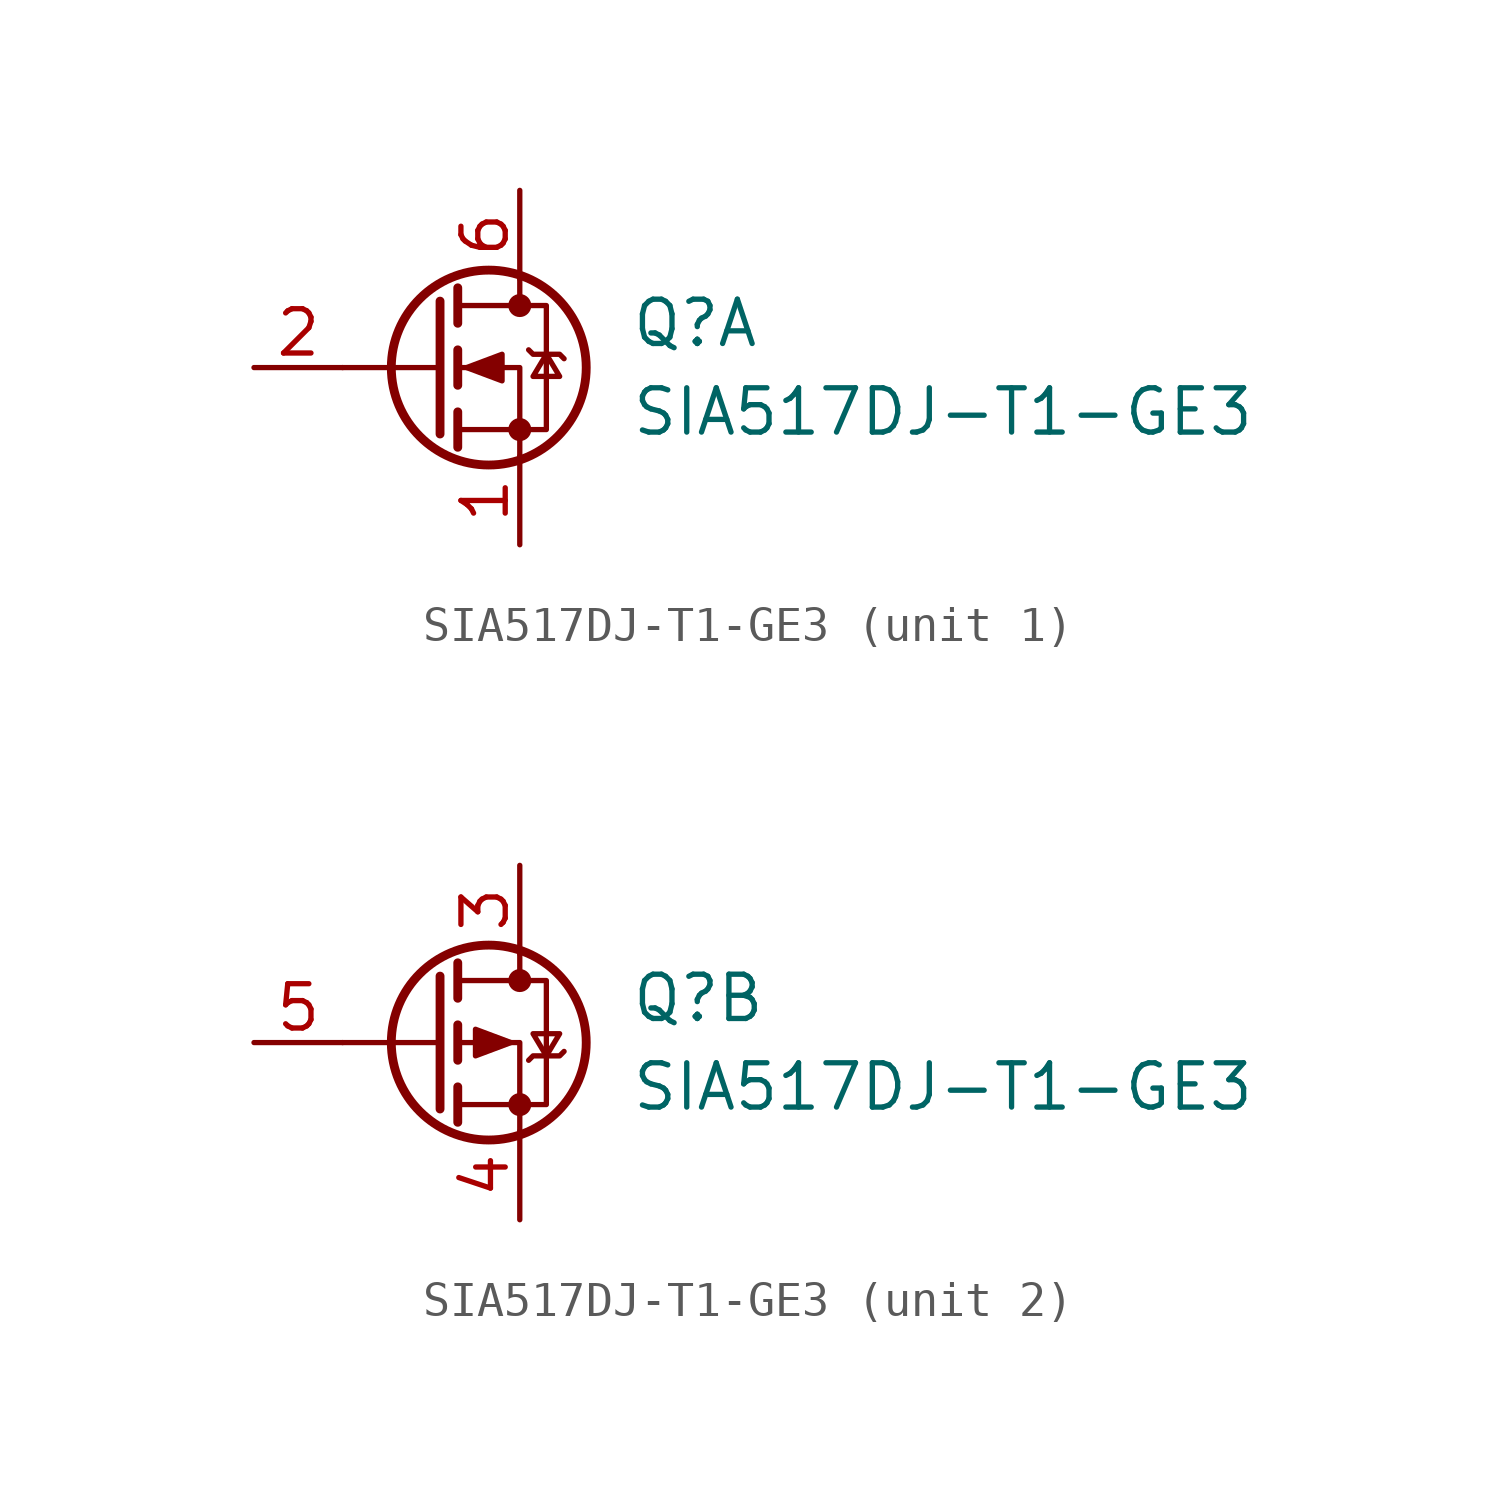
<source format=kicad_sym>
(kicad_symbol_lib
  (version 20211014)
  (generator kicad_symbol_editor)
  (symbol "SIA517DJ-T1-GE3"
    (pin_names hide)
    (property "Reference" "Q"
      (at 3.175 1.27 0)
      (effects (font (size 1.27 1.27)) (justify left)))
    (property "Value" "SIA517DJ-T1-GE3"
      (at 3.175 -1.27 0)
      (effects (font (size 1.27 1.27)) (justify left)))
    (symbol "SIA517DJ-T1-GE3_0_1"
      (circle (center -0.889 0) (radius 2.794) (stroke (width 0.254) (type default) (color 0 0 0 0)) (fill (type none)))
      (circle (center 0 -1.778) (radius 0.254) (stroke (width 0) (type default) (color 0 0 0 0)) (fill (type outline)))
      (polyline (pts (xy -2.286 0) (xy -5.08 0)) (stroke (width 0) (type default) (color 0 0 0 0)) (fill (type none)))
      (polyline (pts (xy -2.286 1.905) (xy -2.286 -1.905)) (stroke (width 0.254) (type default) (color 0 0 0 0)) (fill (type none)))
      (polyline (pts (xy -1.778 -1.27) (xy -1.778 -2.286)) (stroke (width 0.254) (type default) (color 0 0 0 0)) (fill (type none)))
      (polyline (pts (xy -1.778 0.508) (xy -1.778 -0.508)) (stroke (width 0.254) (type default) (color 0 0 0 0)) (fill (type none)))
      (polyline (pts (xy -1.778 2.286) (xy -1.778 1.27)) (stroke (width 0.254) (type default) (color 0 0 0 0)) (fill (type none)))
      (polyline (pts (xy 0 2.54) (xy 0 1.778)) (stroke (width 0) (type default) (color 0 0 0 0)) (fill (type none)))
      (polyline (pts (xy 0 -2.54) (xy 0 0) (xy -1.778 0)) (stroke (width 0) (type default) (color 0 0 0 0)) (fill (type none)))
      (polyline (pts (xy -1.778 -1.778) (xy 0.762 -1.778) (xy 0.762 1.778) (xy -1.778 1.778)) (stroke (width 0) (type default) (color 0 0 0 0)) (fill (type none)))
      (circle (center 0 1.778) (radius 0.254) (stroke (width 0) (type default) (color 0 0 0 0)) (fill (type outline))))
    (symbol "SIA517DJ-T1-GE3_1_1"
      (polyline (pts (xy -1.524 0) (xy -0.508 0.381) (xy -0.508 -0.381) (xy -1.524 0)) (stroke (width 0) (type default) (color 0 0 0 0)) (fill (type outline)))
      (polyline (pts (xy 0.254 0.508) (xy 0.381 0.381) (xy 1.143 0.381) (xy 1.27 0.254)) (stroke (width 0) (type default) (color 0 0 0 0)) (fill (type none)))
      (polyline (pts (xy 0.762 0.381) (xy 0.381 -0.254) (xy 1.143 -0.254) (xy 0.762 0.381)) (stroke (width 0) (type default) (color 0 0 0 0)) (fill (type none)))
      (pin passive line (at 0 -5.08 90) (length 2.54) (name "S2" (effects (font (size 1.27 1.27)))) (number "1" (effects (font (size 1.27 1.27)))))
      (pin passive line (at -7.62 0 0) (length 2.54) (name "G2" (effects (font (size 1.27 1.27)))) (number "2" (effects (font (size 1.27 1.27)))))
      (pin passive line (at 0 5.08 270) (length 2.54) (name "D2" (effects (font (size 1.27 1.27)))) (number "6" (effects (font (size 1.27 1.27))))))
    (symbol "SIA517DJ-T1-GE3_2_1"
      (polyline (pts (xy -0.254 0) (xy -1.27 0.381) (xy -1.27 -0.381) (xy -0.254 0)) (stroke (width 0) (type default) (color 0 0 0 0)) (fill (type outline)))
      (polyline (pts (xy 0.254 -0.508) (xy 0.381 -0.381) (xy 1.143 -0.381) (xy 1.27 -0.254)) (stroke (width 0) (type default) (color 0 0 0 0)) (fill (type none)))
      (polyline (pts (xy 0.762 -0.381) (xy 0.381 0.254) (xy 1.143 0.254) (xy 0.762 -0.381)) (stroke (width 0) (type default) (color 0 0 0 0)) (fill (type none)))
      (pin passive line (at 0 5.08 270) (length 2.54) (name "D2" (effects (font (size 1.27 1.27)))) (number "3" (effects (font (size 1.27 1.27)))))
      (pin passive line (at 0 -5.08 90) (length 2.54) (name "S2" (effects (font (size 1.27 1.27)))) (number "4" (effects (font (size 1.27 1.27)))))
      (pin passive line (at -7.62 0 0) (length 2.54) (name "G2" (effects (font (size 1.27 1.27)))) (number "5" (effects (font (size 1.27 1.27))))))))
</source>
